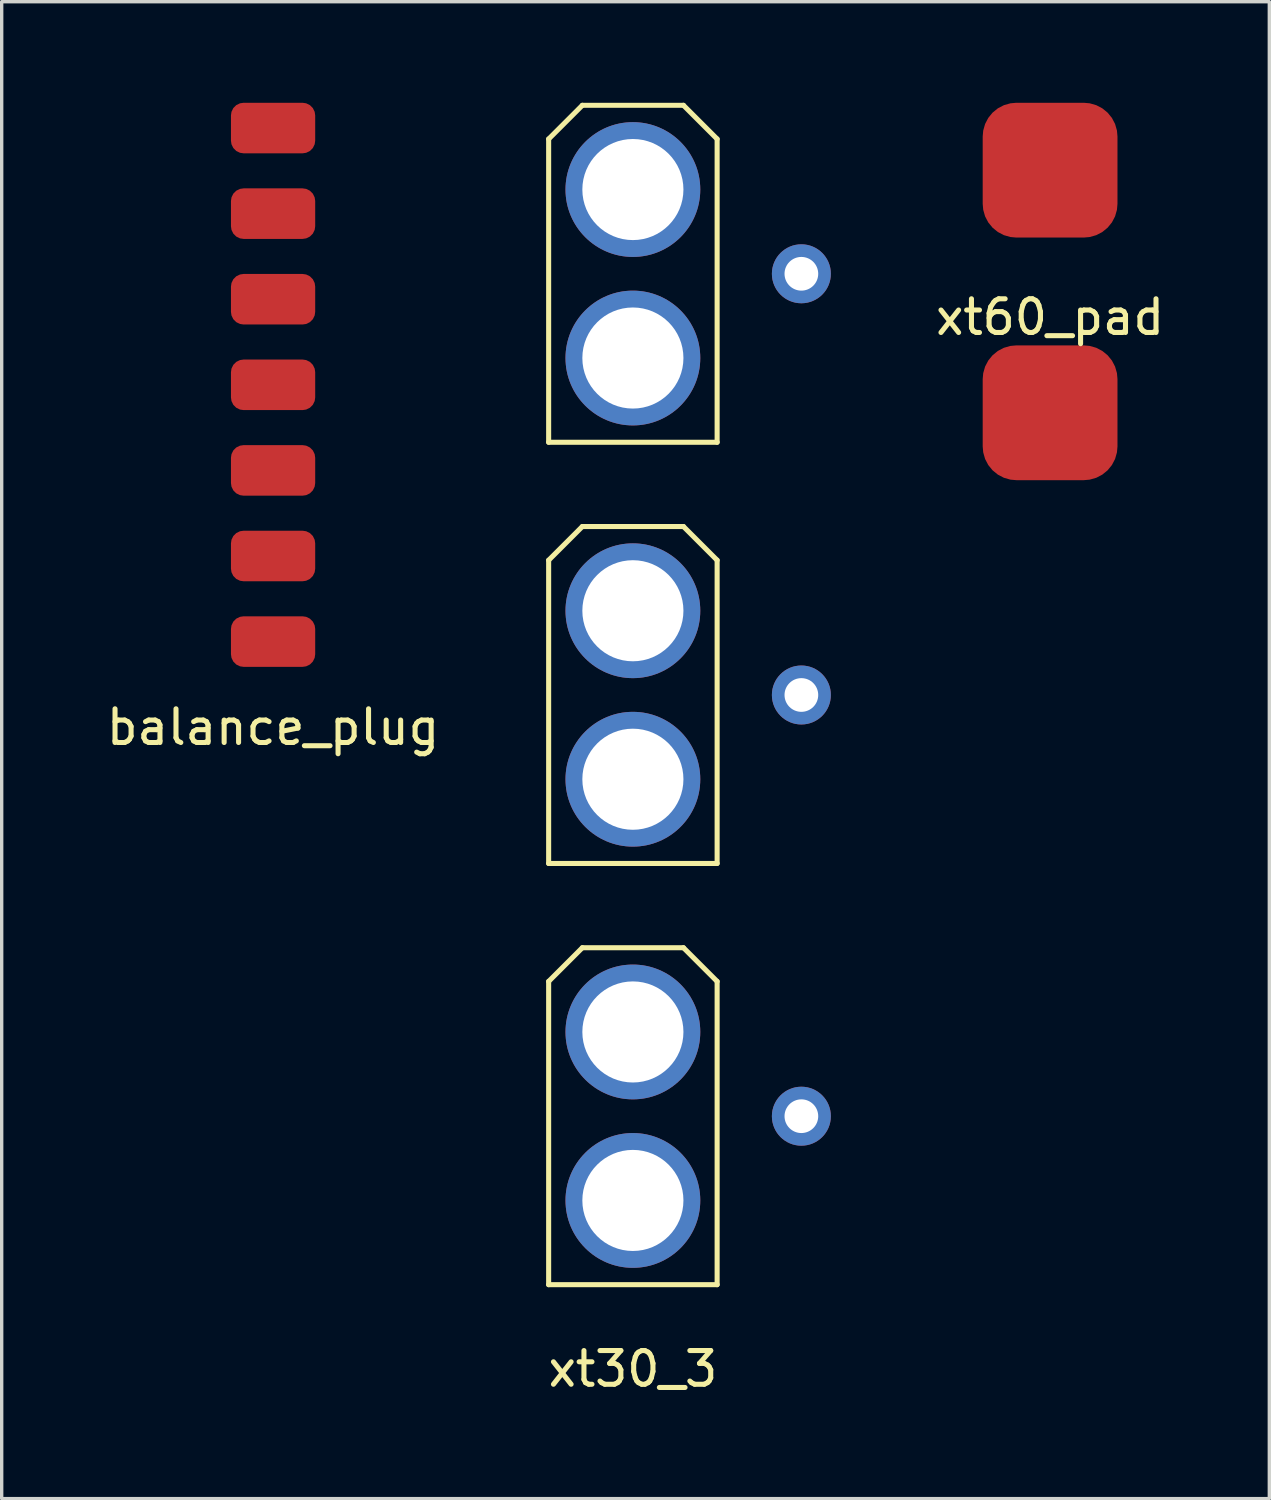
<source format=kicad_pcb>
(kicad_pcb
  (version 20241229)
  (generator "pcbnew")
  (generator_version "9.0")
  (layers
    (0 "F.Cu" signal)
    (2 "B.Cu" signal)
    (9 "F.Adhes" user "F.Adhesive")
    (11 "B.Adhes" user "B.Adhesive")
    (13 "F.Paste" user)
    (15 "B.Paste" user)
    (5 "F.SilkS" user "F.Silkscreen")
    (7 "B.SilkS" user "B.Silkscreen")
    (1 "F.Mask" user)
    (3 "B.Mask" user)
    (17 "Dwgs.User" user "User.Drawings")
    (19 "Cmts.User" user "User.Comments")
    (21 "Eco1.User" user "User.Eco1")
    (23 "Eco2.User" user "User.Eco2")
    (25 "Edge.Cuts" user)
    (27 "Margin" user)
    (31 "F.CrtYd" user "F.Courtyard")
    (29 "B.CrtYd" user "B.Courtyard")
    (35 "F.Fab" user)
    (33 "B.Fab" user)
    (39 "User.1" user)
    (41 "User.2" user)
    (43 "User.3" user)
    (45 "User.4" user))
  (footprint "xt60_pad"
    (layer "F.Cu")
    (at 28.113 5.6)
    (property "Reference" "xt60_pad" (at 0 0.762 0) (layer "F.SilkS") (effects (font (size 1 1) (thickness 0.15))))
    (attr through_hole)
    (pad "1" smd roundrect (at 0 -3.6) (size 4 4) (layers "F.Cu" "F.Mask" "F.Paste") (roundrect_rratio 0.25))
    (pad "2" smd roundrect (at 0 3.6) (size 4 4) (layers "F.Cu" "F.Mask" "F.Paste") (roundrect_rratio 0.25)))
  (footprint "balance_plug"
    (layer "F.Cu")
    (at 5.054 8.37)
    (property "Reference" "balance_plug" (at 0 10.16 0) (layer "F.SilkS") (effects (font (size 1 1) (thickness 0.15))))
    (attr through_hole)
    (pad "1" smd roundrect (at 0 -7.62) (size 2.5 1.5) (layers "F.Cu" "F.Mask" "F.Paste") (roundrect_rratio 0.25))
    (pad "2" smd roundrect (at 0 -5.08) (size 2.5 1.5) (layers "F.Cu" "F.Mask" "F.Paste") (roundrect_rratio 0.25))
    (pad "3" smd roundrect (at 0 -2.54) (size 2.5 1.5) (layers "F.Cu" "F.Mask" "F.Paste") (roundrect_rratio 0.25))
    (pad "4" smd roundrect (at 0 0) (size 2.5 1.5) (layers "F.Cu" "F.Mask" "F.Paste") (roundrect_rratio 0.25))
    (pad "5" smd roundrect (at 0 2.54) (size 2.5 1.5) (layers "F.Cu" "F.Mask" "F.Paste") (roundrect_rratio 0.25))
    (pad "6" smd roundrect (at 0 5.08) (size 2.5 1.5) (layers "F.Cu" "F.Mask" "F.Paste") (roundrect_rratio 0.25))
    (pad "7" smd roundrect (at 0 7.62) (size 2.5 1.5) (layers "F.Cu" "F.Mask" "F.Paste") (roundrect_rratio 0.25)))
  (footprint "xt30_3"
    (layer "F.Cu")
    (at 15.732 17.575)
    (property "Reference" "xt30_3" (at 0 20 0) (layer "F.SilkS") (effects (font (size 1 1) (thickness 0.15))))
    (attr through_hole)
    (fp_line (start -2.5 -16.5) (end -2.5 -7.5) (stroke (width 0.15) (type solid)) (layer "F.SilkS"))
    (fp_line (start -2.5 -4) (end -1.5 -5) (stroke (width 0.15) (type solid)) (layer "F.SilkS"))
    (fp_line (start -2.5 5) (end -2.5 -4) (stroke (width 0.15) (type solid)) (layer "F.SilkS"))
    (fp_line (start -2.5 8.5) (end -1.5 7.5) (stroke (width 0.15) (type solid)) (layer "F.SilkS"))
    (fp_line (start -2.5 17.5) (end -2.5 8.5) (stroke (width 0.15) (type solid)) (layer "F.SilkS"))
    (fp_line (start -1.5 -17.5) (end -2.5 -16.5) (stroke (width 0.15) (type solid)) (layer "F.SilkS"))
    (fp_line (start -1.5 -5) (end 1.5 -5) (stroke (width 0.15) (type solid)) (layer "F.SilkS"))
    (fp_line (start -1.5 7.5) (end 1.5 7.5) (stroke (width 0.15) (type solid)) (layer "F.SilkS"))
    (fp_line (start 1.5 -17.5) (end -1.5 -17.5) (stroke (width 0.15) (type solid)) (layer "F.SilkS"))
    (fp_line (start 1.5 -5) (end 2.5 -4) (stroke (width 0.15) (type solid)) (layer "F.SilkS"))
    (fp_line (start 1.5 7.5) (end 2.5 8.5) (stroke (width 0.15) (type solid)) (layer "F.SilkS"))
    (fp_line (start 2.5 -16.5) (end 1.5 -17.5) (stroke (width 0.15) (type solid)) (layer "F.SilkS"))
    (fp_line (start 2.5 -7.5) (end -2.5 -7.5) (stroke (width 0.15) (type solid)) (layer "F.SilkS"))
    (fp_line (start 2.5 -7.5) (end 2.5 -16.5) (stroke (width 0.15) (type solid)) (layer "F.SilkS"))
    (fp_line (start 2.5 -4) (end 2.5 5) (stroke (width 0.15) (type solid)) (layer "F.SilkS"))
    (fp_line (start 2.5 5) (end -2.5 5) (stroke (width 0.15) (type solid)) (layer "F.SilkS"))
    (fp_line (start 2.5 8.5) (end 2.5 17.5) (stroke (width 0.15) (type solid)) (layer "F.SilkS"))
    (fp_line (start 2.5 17.5) (end -2.5 17.5) (stroke (width 0.15) (type solid)) (layer "F.SilkS"))
    (pad "1" thru_hole circle (at 0 15) (size 4 4) (drill 3) (layers "*.Cu" "*.Mask"))
    (pad "2" thru_hole circle (at 5 12.5) (size 1.75 1.75) (drill 1) (layers "*.Cu" "*.Mask"))
    (pad "3" thru_hole circle (at 0 10) (size 4 4) (drill 3) (layers "*.Cu" "*.Mask"))
    (pad "4" thru_hole circle (at 0 2.5) (size 4 4) (drill 3) (layers "*.Cu" "*.Mask"))
    (pad "5" thru_hole circle (at 5 0) (size 1.75 1.75) (drill 1) (layers "*.Cu" "*.Mask"))
    (pad "6" thru_hole circle (at 0 -2.5) (size 4 4) (drill 3) (layers "*.Cu" "*.Mask"))
    (pad "7" thru_hole circle (at 0 -10) (size 4 4) (drill 3) (layers "*.Cu" "*.Mask"))
    (pad "8" thru_hole circle (at 5 -12.5) (size 1.75 1.75) (drill 1) (layers "*.Cu" "*.Mask"))
    (pad "9" thru_hole circle (at 0 -15) (size 4 4) (drill 3) (layers "*.Cu" "*.Mask")))
  (gr_rect
    (start -3 -3)
    (end 34.619 41.423)
    (stroke (width 0.1) (type default))
    (fill no)
    (layer "Edge.Cuts")))
</source>
